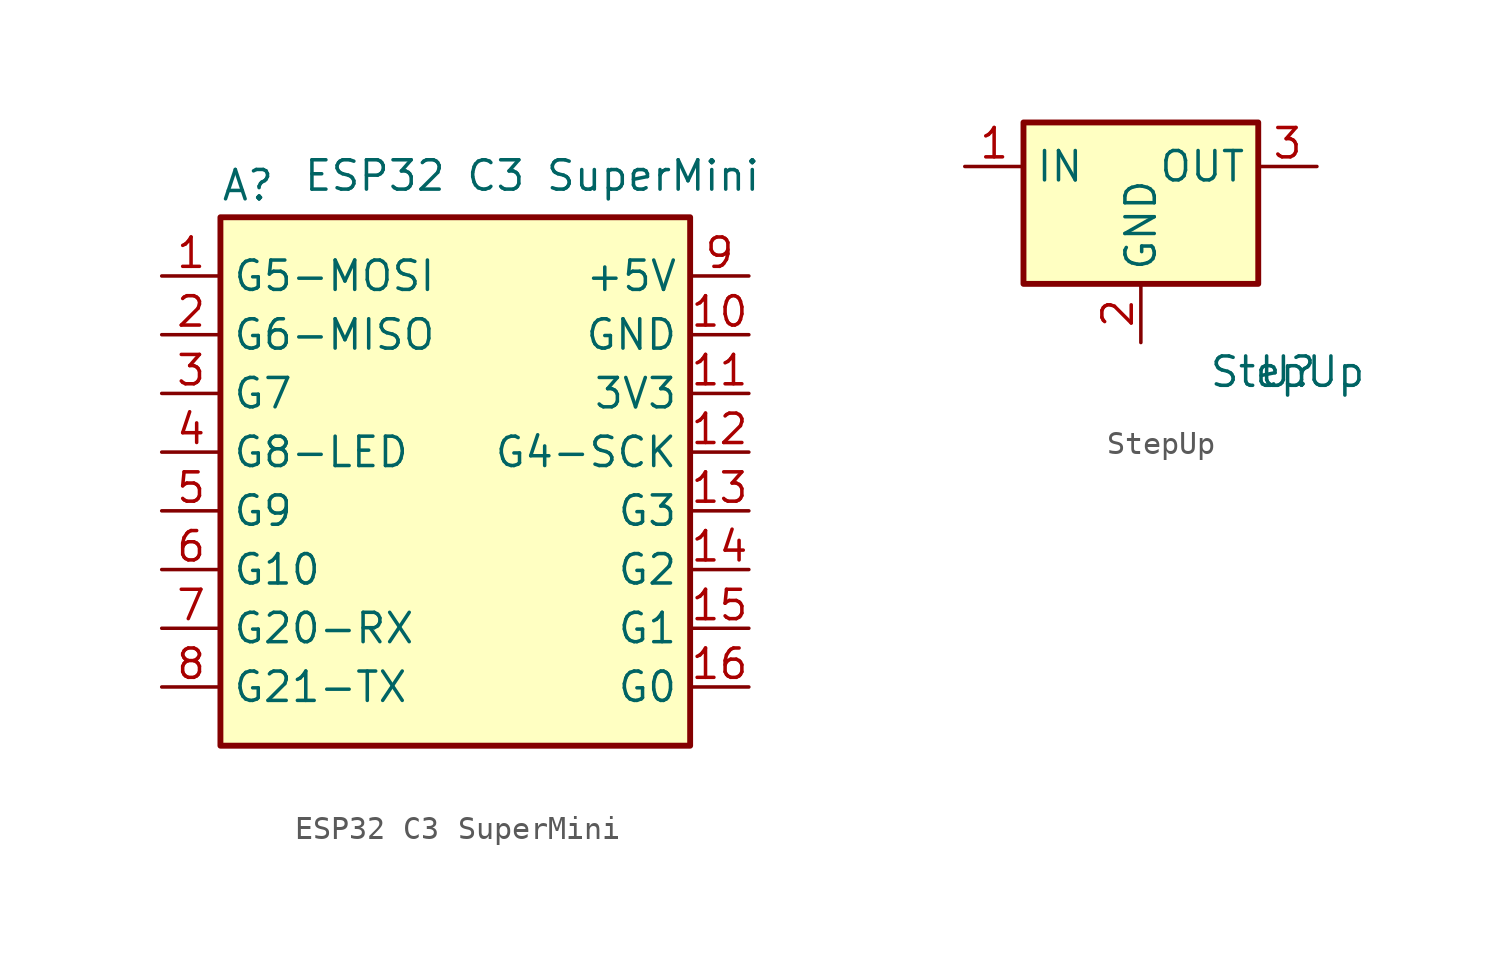
<source format=kicad_sym>
(kicad_symbol_lib
  (version 20231120)
  (generator "kicad_symbol_editor")
  (generator_version "8.0")
  (symbol "ESP32 C3 SuperMini"
    (property "Reference" "A"
      (at -10.16 23.495 0)
      (effects (font (size 1.27 1.27)) (justify left bottom)))
    (property "Value" "ESP32 C3 SuperMini"
      (at -6.604 25.4 0)
      (effects (font (size 1.27 1.27)) (justify left top)))
    (symbol "ESP32 C3 SuperMini_0_1"
      (rectangle (start -10.16 22.86) (end 10.16 0) (stroke (width 0.254) (type default)) (fill (type background))))
    (symbol "ESP32 C3 SuperMini_1_1"
      (pin bidirectional line (at -12.7 20.32 0) (length 2.54) (name "G5-MOSI" (effects (font (size 1.27 1.27)))) (number "1" (effects (font (size 1.27 1.27)))))
      (pin power_in line (at 12.7 17.78 180) (length 2.54) (name "GND" (effects (font (size 1.27 1.27)))) (number "10" (effects (font (size 1.27 1.27)))))
      (pin power_out line (at 12.7 15.24 180) (length 2.54) (name "3V3" (effects (font (size 1.27 1.27)))) (number "11" (effects (font (size 1.27 1.27)))))
      (pin bidirectional line (at 12.7 12.7 180) (length 2.54) (name "G4-SCK" (effects (font (size 1.27 1.27)))) (number "12" (effects (font (size 1.27 1.27)))))
      (pin bidirectional line (at 12.7 10.16 180) (length 2.54) (name "G3" (effects (font (size 1.27 1.27)))) (number "13" (effects (font (size 1.27 1.27)))))
      (pin bidirectional line (at 12.7 7.62 180) (length 2.54) (name "G2" (effects (font (size 1.27 1.27)))) (number "14" (effects (font (size 1.27 1.27)))))
      (pin bidirectional line (at 12.7 5.08 180) (length 2.54) (name "G1" (effects (font (size 1.27 1.27)))) (number "15" (effects (font (size 1.27 1.27)))))
      (pin bidirectional line (at 12.7 2.54 180) (length 2.54) (name "G0" (effects (font (size 1.27 1.27)))) (number "16" (effects (font (size 1.27 1.27)))))
      (pin bidirectional line (at -12.7 17.78 0) (length 2.54) (name "G6-MISO" (effects (font (size 1.27 1.27)))) (number "2" (effects (font (size 1.27 1.27)))))
      (pin bidirectional line (at -12.7 15.24 0) (length 2.54) (name "G7" (effects (font (size 1.27 1.27)))) (number "3" (effects (font (size 1.27 1.27)))))
      (pin bidirectional line (at -12.7 12.7 0) (length 2.54) (name "G8-LED" (effects (font (size 1.27 1.27)))) (number "4" (effects (font (size 1.27 1.27)))))
      (pin bidirectional line (at -12.7 10.16 0) (length 2.54) (name "G9" (effects (font (size 1.27 1.27)))) (number "5" (effects (font (size 1.27 1.27)))))
      (pin bidirectional line (at -12.7 7.62 0) (length 2.54) (name "G10" (effects (font (size 1.27 1.27)))) (number "6" (effects (font (size 1.27 1.27)))))
      (pin bidirectional line (at -12.7 5.08 0) (length 2.54) (name "G20-RX" (effects (font (size 1.27 1.27)))) (number "7" (effects (font (size 1.27 1.27)))))
      (pin bidirectional line (at -12.7 2.54 0) (length 2.54) (name "G21-TX" (effects (font (size 1.27 1.27)))) (number "8" (effects (font (size 1.27 1.27)))))
      (pin power_in line (at 12.7 20.32 180) (length 2.54) (name "+5V" (effects (font (size 1.27 1.27)))) (number "9" (effects (font (size 1.27 1.27)))))))
  (symbol "StepUp"
    (property "Reference" "U"
      (at 0 0 0)
      (effects (font (size 1.27 1.27))))
    (property "Value" "StepUp"
      (at 0 0 0)
      (effects (font (size 1.27 1.27))))
    (symbol "StepUp_0_1"
      (rectangle (start -11.43 10.795) (end -1.27 3.81) (stroke (width 0.254) (type default)) (fill (type background))))
    (symbol "StepUp_1_1"
      (pin power_in line (at -13.97 8.89 0) (length 2.54) (name "IN" (effects (font (size 1.27 1.27)))) (number "1" (effects (font (size 1.27 1.27)))))
      (pin power_in line (at -6.35 1.27 90) (length 2.54) (name "GND" (effects (font (size 1.27 1.27)))) (number "2" (effects (font (size 1.27 1.27)))))
      (pin power_out line (at 1.27 8.89 180) (length 2.54) (name "OUT" (effects (font (size 1.27 1.27)))) (number "3" (effects (font (size 1.27 1.27))))))))
</source>
